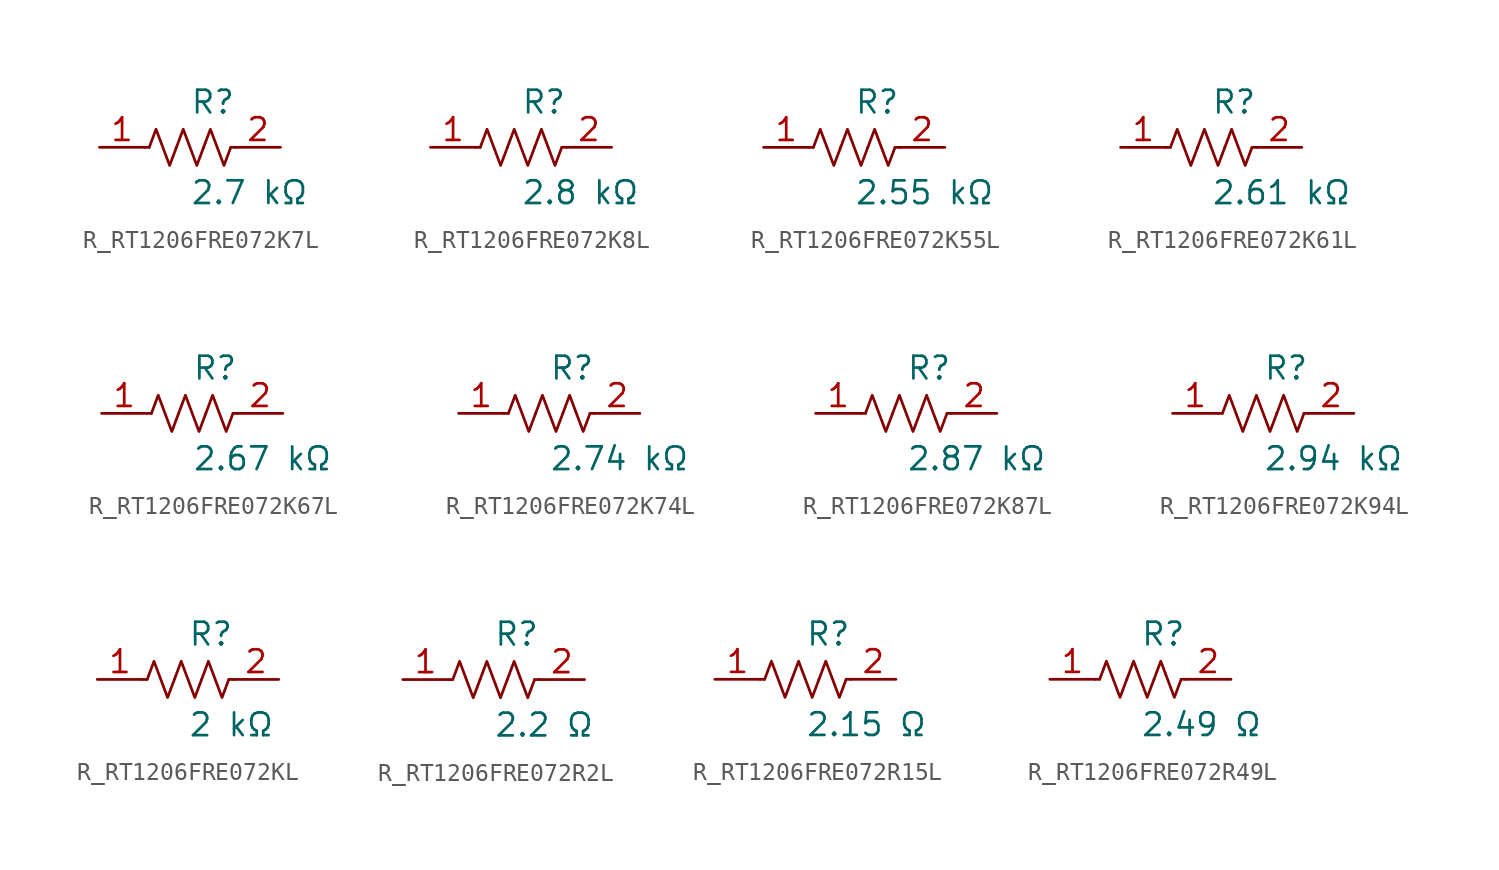
<source format=kicad_sym>
(kicad_symbol_lib
  (version 20231120)
  (generator kicad_symbol_editor)
  (generator_version 8.0)
  (symbol "R_RT1206FRE072K7L"
    (pin_names
      (offset 0.254))
    (property "Reference" "R"
      (at 0 2.54 0)
      (effects (font (size 1.27 1.27)) (justify left)))
    (property "Value" "2.7 kΩ"
      (at 0 -2.54 0)
      (effects (font (size 1.27 1.27)) (justify left)))
    (symbol "R_RT1206FRE072K7L_0_1"
      (polyline (pts (xy 2.286 0) (xy 2.54 0)) (stroke (width 0) (type default)) (fill (type none)))
      (polyline (pts (xy -2.286 0) (xy -2.54 0)) (stroke (width 0) (type default)) (fill (type none)))
      (polyline (pts (xy 0.762 0) (xy 1.143 1.016) (xy 1.524 0) (xy 1.905 -1.016) (xy 2.286 0)) (stroke (width 0) (type default)) (fill (type none)))
      (polyline (pts (xy -0.762 0) (xy -0.381 1.016) (xy 0 0) (xy 0.381 -1.016) (xy 0.762 0)) (stroke (width 0) (type default)) (fill (type none)))
      (polyline (pts (xy -2.286 0) (xy -1.905 1.016) (xy -1.524 0) (xy -1.143 -1.016) (xy -0.762 0)) (stroke (width 0) (type default)) (fill (type none))))
    (pin unspecified line
      (at -5.08 0 0)
      (length 2.54)
      (name "" (effects (font (size 1.27 1.27))))
      (number "1" (effects (font (size 1.27 1.27)))))
    (pin unspecified line
      (at 5.08 0 180)
      (length 2.54)
      (name "" (effects (font (size 1.27 1.27))))
      (number "2" (effects (font (size 1.27 1.27))))))
  (symbol "R_RT1206FRE072K8L"
    (pin_names
      (offset 0.254))
    (property "Reference" "R"
      (at 0 2.54 0)
      (effects (font (size 1.27 1.27)) (justify left)))
    (property "Value" "2.8 kΩ"
      (at 0 -2.54 0)
      (effects (font (size 1.27 1.27)) (justify left)))
    (symbol "R_RT1206FRE072K8L_0_1"
      (polyline (pts (xy 2.286 0) (xy 2.54 0)) (stroke (width 0) (type default)) (fill (type none)))
      (polyline (pts (xy -2.286 0) (xy -2.54 0)) (stroke (width 0) (type default)) (fill (type none)))
      (polyline (pts (xy 0.762 0) (xy 1.143 1.016) (xy 1.524 0) (xy 1.905 -1.016) (xy 2.286 0)) (stroke (width 0) (type default)) (fill (type none)))
      (polyline (pts (xy -0.762 0) (xy -0.381 1.016) (xy 0 0) (xy 0.381 -1.016) (xy 0.762 0)) (stroke (width 0) (type default)) (fill (type none)))
      (polyline (pts (xy -2.286 0) (xy -1.905 1.016) (xy -1.524 0) (xy -1.143 -1.016) (xy -0.762 0)) (stroke (width 0) (type default)) (fill (type none))))
    (pin unspecified line
      (at -5.08 0 0)
      (length 2.54)
      (name "" (effects (font (size 1.27 1.27))))
      (number "1" (effects (font (size 1.27 1.27)))))
    (pin unspecified line
      (at 5.08 0 180)
      (length 2.54)
      (name "" (effects (font (size 1.27 1.27))))
      (number "2" (effects (font (size 1.27 1.27))))))
  (symbol "R_RT1206FRE072K55L"
    (pin_names
      (offset 0.254))
    (property "Reference" "R"
      (at 0 2.54 0)
      (effects (font (size 1.27 1.27)) (justify left)))
    (property "Value" "2.55 kΩ"
      (at 0 -2.54 0)
      (effects (font (size 1.27 1.27)) (justify left)))
    (symbol "R_RT1206FRE072K55L_0_1"
      (polyline (pts (xy 2.286 0) (xy 2.54 0)) (stroke (width 0) (type default)) (fill (type none)))
      (polyline (pts (xy -2.286 0) (xy -2.54 0)) (stroke (width 0) (type default)) (fill (type none)))
      (polyline (pts (xy 0.762 0) (xy 1.143 1.016) (xy 1.524 0) (xy 1.905 -1.016) (xy 2.286 0)) (stroke (width 0) (type default)) (fill (type none)))
      (polyline (pts (xy -0.762 0) (xy -0.381 1.016) (xy 0 0) (xy 0.381 -1.016) (xy 0.762 0)) (stroke (width 0) (type default)) (fill (type none)))
      (polyline (pts (xy -2.286 0) (xy -1.905 1.016) (xy -1.524 0) (xy -1.143 -1.016) (xy -0.762 0)) (stroke (width 0) (type default)) (fill (type none))))
    (pin unspecified line
      (at -5.08 0 0)
      (length 2.54)
      (name "" (effects (font (size 1.27 1.27))))
      (number "1" (effects (font (size 1.27 1.27)))))
    (pin unspecified line
      (at 5.08 0 180)
      (length 2.54)
      (name "" (effects (font (size 1.27 1.27))))
      (number "2" (effects (font (size 1.27 1.27))))))
  (symbol "R_RT1206FRE072K61L"
    (pin_names
      (offset 0.254))
    (property "Reference" "R"
      (at 0 2.54 0)
      (effects (font (size 1.27 1.27)) (justify left)))
    (property "Value" "2.61 kΩ"
      (at 0 -2.54 0)
      (effects (font (size 1.27 1.27)) (justify left)))
    (symbol "R_RT1206FRE072K61L_0_1"
      (polyline (pts (xy 2.286 0) (xy 2.54 0)) (stroke (width 0) (type default)) (fill (type none)))
      (polyline (pts (xy -2.286 0) (xy -2.54 0)) (stroke (width 0) (type default)) (fill (type none)))
      (polyline (pts (xy 0.762 0) (xy 1.143 1.016) (xy 1.524 0) (xy 1.905 -1.016) (xy 2.286 0)) (stroke (width 0) (type default)) (fill (type none)))
      (polyline (pts (xy -0.762 0) (xy -0.381 1.016) (xy 0 0) (xy 0.381 -1.016) (xy 0.762 0)) (stroke (width 0) (type default)) (fill (type none)))
      (polyline (pts (xy -2.286 0) (xy -1.905 1.016) (xy -1.524 0) (xy -1.143 -1.016) (xy -0.762 0)) (stroke (width 0) (type default)) (fill (type none))))
    (pin unspecified line
      (at -5.08 0 0)
      (length 2.54)
      (name "" (effects (font (size 1.27 1.27))))
      (number "1" (effects (font (size 1.27 1.27)))))
    (pin unspecified line
      (at 5.08 0 180)
      (length 2.54)
      (name "" (effects (font (size 1.27 1.27))))
      (number "2" (effects (font (size 1.27 1.27))))))
  (symbol "R_RT1206FRE072K67L"
    (pin_names
      (offset 0.254))
    (property "Reference" "R"
      (at 0 2.54 0)
      (effects (font (size 1.27 1.27)) (justify left)))
    (property "Value" "2.67 kΩ"
      (at 0 -2.54 0)
      (effects (font (size 1.27 1.27)) (justify left)))
    (symbol "R_RT1206FRE072K67L_0_1"
      (polyline (pts (xy 2.286 0) (xy 2.54 0)) (stroke (width 0) (type default)) (fill (type none)))
      (polyline (pts (xy -2.286 0) (xy -2.54 0)) (stroke (width 0) (type default)) (fill (type none)))
      (polyline (pts (xy 0.762 0) (xy 1.143 1.016) (xy 1.524 0) (xy 1.905 -1.016) (xy 2.286 0)) (stroke (width 0) (type default)) (fill (type none)))
      (polyline (pts (xy -0.762 0) (xy -0.381 1.016) (xy 0 0) (xy 0.381 -1.016) (xy 0.762 0)) (stroke (width 0) (type default)) (fill (type none)))
      (polyline (pts (xy -2.286 0) (xy -1.905 1.016) (xy -1.524 0) (xy -1.143 -1.016) (xy -0.762 0)) (stroke (width 0) (type default)) (fill (type none))))
    (pin unspecified line
      (at -5.08 0 0)
      (length 2.54)
      (name "" (effects (font (size 1.27 1.27))))
      (number "1" (effects (font (size 1.27 1.27)))))
    (pin unspecified line
      (at 5.08 0 180)
      (length 2.54)
      (name "" (effects (font (size 1.27 1.27))))
      (number "2" (effects (font (size 1.27 1.27))))))
  (symbol "R_RT1206FRE072K74L"
    (pin_names
      (offset 0.254))
    (property "Reference" "R"
      (at 0 2.54 0)
      (effects (font (size 1.27 1.27)) (justify left)))
    (property "Value" "2.74 kΩ"
      (at 0 -2.54 0)
      (effects (font (size 1.27 1.27)) (justify left)))
    (symbol "R_RT1206FRE072K74L_0_1"
      (polyline (pts (xy 2.286 0) (xy 2.54 0)) (stroke (width 0) (type default)) (fill (type none)))
      (polyline (pts (xy -2.286 0) (xy -2.54 0)) (stroke (width 0) (type default)) (fill (type none)))
      (polyline (pts (xy 0.762 0) (xy 1.143 1.016) (xy 1.524 0) (xy 1.905 -1.016) (xy 2.286 0)) (stroke (width 0) (type default)) (fill (type none)))
      (polyline (pts (xy -0.762 0) (xy -0.381 1.016) (xy 0 0) (xy 0.381 -1.016) (xy 0.762 0)) (stroke (width 0) (type default)) (fill (type none)))
      (polyline (pts (xy -2.286 0) (xy -1.905 1.016) (xy -1.524 0) (xy -1.143 -1.016) (xy -0.762 0)) (stroke (width 0) (type default)) (fill (type none))))
    (pin unspecified line
      (at -5.08 0 0)
      (length 2.54)
      (name "" (effects (font (size 1.27 1.27))))
      (number "1" (effects (font (size 1.27 1.27)))))
    (pin unspecified line
      (at 5.08 0 180)
      (length 2.54)
      (name "" (effects (font (size 1.27 1.27))))
      (number "2" (effects (font (size 1.27 1.27))))))
  (symbol "R_RT1206FRE072K87L"
    (pin_names
      (offset 0.254))
    (property "Reference" "R"
      (at 0 2.54 0)
      (effects (font (size 1.27 1.27)) (justify left)))
    (property "Value" "2.87 kΩ"
      (at 0 -2.54 0)
      (effects (font (size 1.27 1.27)) (justify left)))
    (symbol "R_RT1206FRE072K87L_0_1"
      (polyline (pts (xy 2.286 0) (xy 2.54 0)) (stroke (width 0) (type default)) (fill (type none)))
      (polyline (pts (xy -2.286 0) (xy -2.54 0)) (stroke (width 0) (type default)) (fill (type none)))
      (polyline (pts (xy 0.762 0) (xy 1.143 1.016) (xy 1.524 0) (xy 1.905 -1.016) (xy 2.286 0)) (stroke (width 0) (type default)) (fill (type none)))
      (polyline (pts (xy -0.762 0) (xy -0.381 1.016) (xy 0 0) (xy 0.381 -1.016) (xy 0.762 0)) (stroke (width 0) (type default)) (fill (type none)))
      (polyline (pts (xy -2.286 0) (xy -1.905 1.016) (xy -1.524 0) (xy -1.143 -1.016) (xy -0.762 0)) (stroke (width 0) (type default)) (fill (type none))))
    (pin unspecified line
      (at -5.08 0 0)
      (length 2.54)
      (name "" (effects (font (size 1.27 1.27))))
      (number "1" (effects (font (size 1.27 1.27)))))
    (pin unspecified line
      (at 5.08 0 180)
      (length 2.54)
      (name "" (effects (font (size 1.27 1.27))))
      (number "2" (effects (font (size 1.27 1.27))))))
  (symbol "R_RT1206FRE072K94L"
    (pin_names
      (offset 0.254))
    (property "Reference" "R"
      (at 0 2.54 0)
      (effects (font (size 1.27 1.27)) (justify left)))
    (property "Value" "2.94 kΩ"
      (at 0 -2.54 0)
      (effects (font (size 1.27 1.27)) (justify left)))
    (symbol "R_RT1206FRE072K94L_0_1"
      (polyline (pts (xy 2.286 0) (xy 2.54 0)) (stroke (width 0) (type default)) (fill (type none)))
      (polyline (pts (xy -2.286 0) (xy -2.54 0)) (stroke (width 0) (type default)) (fill (type none)))
      (polyline (pts (xy 0.762 0) (xy 1.143 1.016) (xy 1.524 0) (xy 1.905 -1.016) (xy 2.286 0)) (stroke (width 0) (type default)) (fill (type none)))
      (polyline (pts (xy -0.762 0) (xy -0.381 1.016) (xy 0 0) (xy 0.381 -1.016) (xy 0.762 0)) (stroke (width 0) (type default)) (fill (type none)))
      (polyline (pts (xy -2.286 0) (xy -1.905 1.016) (xy -1.524 0) (xy -1.143 -1.016) (xy -0.762 0)) (stroke (width 0) (type default)) (fill (type none))))
    (pin unspecified line
      (at -5.08 0 0)
      (length 2.54)
      (name "" (effects (font (size 1.27 1.27))))
      (number "1" (effects (font (size 1.27 1.27)))))
    (pin unspecified line
      (at 5.08 0 180)
      (length 2.54)
      (name "" (effects (font (size 1.27 1.27))))
      (number "2" (effects (font (size 1.27 1.27))))))
  (symbol "R_RT1206FRE072KL"
    (pin_names
      (offset 0.254))
    (property "Reference" "R"
      (at 0 2.54 0)
      (effects (font (size 1.27 1.27)) (justify left)))
    (property "Value" "2 kΩ"
      (at 0 -2.54 0)
      (effects (font (size 1.27 1.27)) (justify left)))
    (symbol "R_RT1206FRE072KL_0_1"
      (polyline (pts (xy 2.286 0) (xy 2.54 0)) (stroke (width 0) (type default)) (fill (type none)))
      (polyline (pts (xy -2.286 0) (xy -2.54 0)) (stroke (width 0) (type default)) (fill (type none)))
      (polyline (pts (xy 0.762 0) (xy 1.143 1.016) (xy 1.524 0) (xy 1.905 -1.016) (xy 2.286 0)) (stroke (width 0) (type default)) (fill (type none)))
      (polyline (pts (xy -0.762 0) (xy -0.381 1.016) (xy 0 0) (xy 0.381 -1.016) (xy 0.762 0)) (stroke (width 0) (type default)) (fill (type none)))
      (polyline (pts (xy -2.286 0) (xy -1.905 1.016) (xy -1.524 0) (xy -1.143 -1.016) (xy -0.762 0)) (stroke (width 0) (type default)) (fill (type none))))
    (pin unspecified line
      (at -5.08 0 0)
      (length 2.54)
      (name "" (effects (font (size 1.27 1.27))))
      (number "1" (effects (font (size 1.27 1.27)))))
    (pin unspecified line
      (at 5.08 0 180)
      (length 2.54)
      (name "" (effects (font (size 1.27 1.27))))
      (number "2" (effects (font (size 1.27 1.27))))))
  (symbol "R_RT1206FRE072R2L"
    (pin_names
      (offset 0.254))
    (property "Reference" "R"
      (at 0 2.54 0)
      (effects (font (size 1.27 1.27)) (justify left)))
    (property "Value" "2.2 Ω"
      (at 0 -2.54 0)
      (effects (font (size 1.27 1.27)) (justify left)))
    (symbol "R_RT1206FRE072R2L_0_1"
      (polyline (pts (xy 2.286 0) (xy 2.54 0)) (stroke (width 0) (type default)) (fill (type none)))
      (polyline (pts (xy -2.286 0) (xy -2.54 0)) (stroke (width 0) (type default)) (fill (type none)))
      (polyline (pts (xy 0.762 0) (xy 1.143 1.016) (xy 1.524 0) (xy 1.905 -1.016) (xy 2.286 0)) (stroke (width 0) (type default)) (fill (type none)))
      (polyline (pts (xy -0.762 0) (xy -0.381 1.016) (xy 0 0) (xy 0.381 -1.016) (xy 0.762 0)) (stroke (width 0) (type default)) (fill (type none)))
      (polyline (pts (xy -2.286 0) (xy -1.905 1.016) (xy -1.524 0) (xy -1.143 -1.016) (xy -0.762 0)) (stroke (width 0) (type default)) (fill (type none))))
    (pin unspecified line
      (at -5.08 0 0)
      (length 2.54)
      (name "" (effects (font (size 1.27 1.27))))
      (number "1" (effects (font (size 1.27 1.27)))))
    (pin unspecified line
      (at 5.08 0 180)
      (length 2.54)
      (name "" (effects (font (size 1.27 1.27))))
      (number "2" (effects (font (size 1.27 1.27))))))
  (symbol "R_RT1206FRE072R15L"
    (pin_names
      (offset 0.254))
    (property "Reference" "R"
      (at 0 2.54 0)
      (effects (font (size 1.27 1.27)) (justify left)))
    (property "Value" "2.15 Ω"
      (at 0 -2.54 0)
      (effects (font (size 1.27 1.27)) (justify left)))
    (symbol "R_RT1206FRE072R15L_0_1"
      (polyline (pts (xy 2.286 0) (xy 2.54 0)) (stroke (width 0) (type default)) (fill (type none)))
      (polyline (pts (xy -2.286 0) (xy -2.54 0)) (stroke (width 0) (type default)) (fill (type none)))
      (polyline (pts (xy 0.762 0) (xy 1.143 1.016) (xy 1.524 0) (xy 1.905 -1.016) (xy 2.286 0)) (stroke (width 0) (type default)) (fill (type none)))
      (polyline (pts (xy -0.762 0) (xy -0.381 1.016) (xy 0 0) (xy 0.381 -1.016) (xy 0.762 0)) (stroke (width 0) (type default)) (fill (type none)))
      (polyline (pts (xy -2.286 0) (xy -1.905 1.016) (xy -1.524 0) (xy -1.143 -1.016) (xy -0.762 0)) (stroke (width 0) (type default)) (fill (type none))))
    (pin unspecified line
      (at -5.08 0 0)
      (length 2.54)
      (name "" (effects (font (size 1.27 1.27))))
      (number "1" (effects (font (size 1.27 1.27)))))
    (pin unspecified line
      (at 5.08 0 180)
      (length 2.54)
      (name "" (effects (font (size 1.27 1.27))))
      (number "2" (effects (font (size 1.27 1.27))))))
  (symbol "R_RT1206FRE072R49L"
    (pin_names
      (offset 0.254))
    (property "Reference" "R"
      (at 0 2.54 0)
      (effects (font (size 1.27 1.27)) (justify left)))
    (property "Value" "2.49 Ω"
      (at 0 -2.54 0)
      (effects (font (size 1.27 1.27)) (justify left)))
    (symbol "R_RT1206FRE072R49L_0_1"
      (polyline (pts (xy 2.286 0) (xy 2.54 0)) (stroke (width 0) (type default)) (fill (type none)))
      (polyline (pts (xy -2.286 0) (xy -2.54 0)) (stroke (width 0) (type default)) (fill (type none)))
      (polyline (pts (xy 0.762 0) (xy 1.143 1.016) (xy 1.524 0) (xy 1.905 -1.016) (xy 2.286 0)) (stroke (width 0) (type default)) (fill (type none)))
      (polyline (pts (xy -0.762 0) (xy -0.381 1.016) (xy 0 0) (xy 0.381 -1.016) (xy 0.762 0)) (stroke (width 0) (type default)) (fill (type none)))
      (polyline (pts (xy -2.286 0) (xy -1.905 1.016) (xy -1.524 0) (xy -1.143 -1.016) (xy -0.762 0)) (stroke (width 0) (type default)) (fill (type none))))
    (pin unspecified line
      (at -5.08 0 0)
      (length 2.54)
      (name "" (effects (font (size 1.27 1.27))))
      (number "1" (effects (font (size 1.27 1.27)))))
    (pin unspecified line
      (at 5.08 0 180)
      (length 2.54)
      (name "" (effects (font (size 1.27 1.27))))
      (number "2" (effects (font (size 1.27 1.27)))))))
</source>
